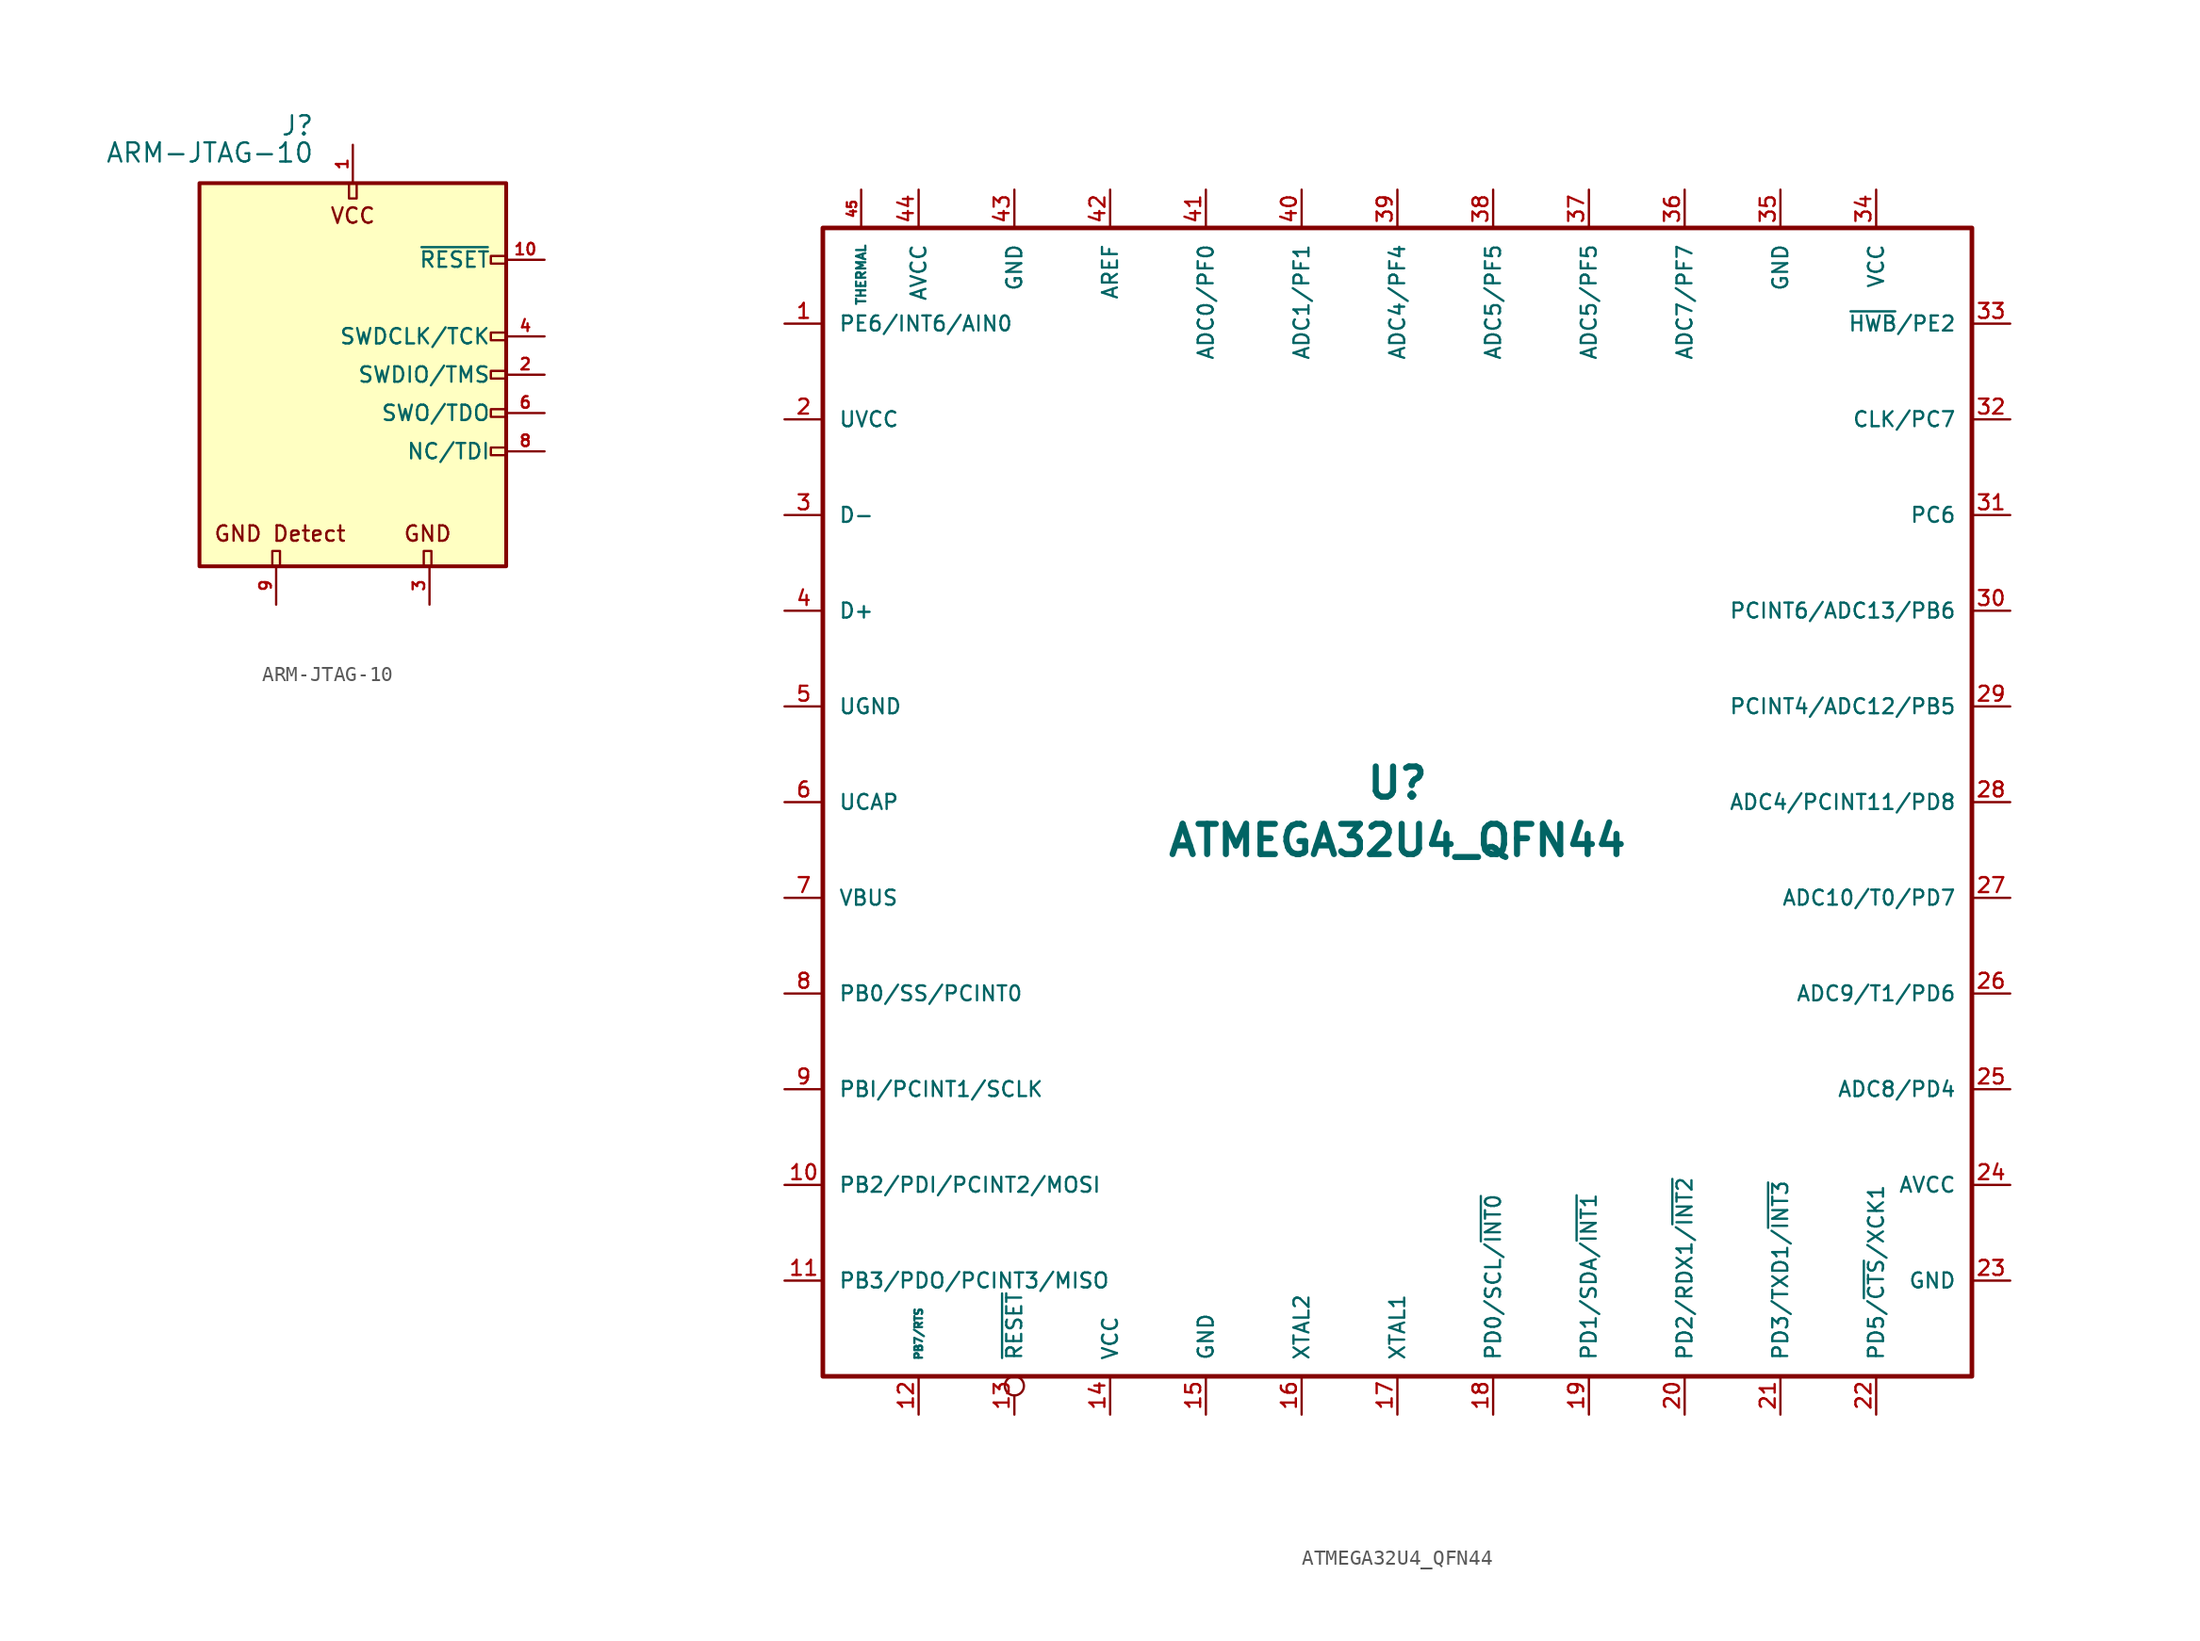
<source format=kicad_sym>
(kicad_symbol_lib
  (version 20211014)
  (generator kicad_symbol_editor)
  (symbol "acheron_Symbols:ARM-JTAG-10"
    (pin_names
      (offset 1.016))
    (property "Reference" "J"
      (at -2.54 16.51 0)
      (effects (font (size 1.27 1.27)) (justify right)))
    (property "Value" "ARM-JTAG-10"
      (at -2.54 13.97 0)
      (effects (font (size 1.27 1.27)) (justify right bottom)))
    (symbol "ARM-JTAG-10_0_0"
      (text "VCC" (at 0 10.541 0) (effects (font (size 1.016 1.016)))))
    (symbol "ARM-JTAG-10_0_1"
      (rectangle (start -10.16 12.7) (end 10.16 -12.7) (stroke (width 0.254) (type default) (color 0 0 0 0)) (fill (type background)))
      (rectangle (start -5.334 -12.7) (end -4.826 -11.684) (stroke (width 0) (type default) (color 0 0 0 0)) (fill (type none)))
      (rectangle (start -0.254 12.7) (end 0.254 11.684) (stroke (width 0) (type default) (color 0 0 0 0)) (fill (type none)))
      (rectangle (start 4.699 -12.7) (end 5.207 -11.684) (stroke (width 0) (type default) (color 0 0 0 0)) (fill (type none)))
      (rectangle (start 9.144 2.286) (end 10.16 2.794) (stroke (width 0) (type default) (color 0 0 0 0)) (fill (type none)))
      (rectangle (start 10.16 -2.794) (end 9.144 -2.286) (stroke (width 0) (type default) (color 0 0 0 0)) (fill (type none)))
      (rectangle (start 10.16 -0.254) (end 9.144 0.254) (stroke (width 0) (type default) (color 0 0 0 0)) (fill (type none)))
      (rectangle (start 10.16 7.874) (end 9.144 7.366) (stroke (width 0) (type default) (color 0 0 0 0)) (fill (type none))))
    (symbol "ARM-JTAG-10_1_1"
      (rectangle (start 9.144 -5.334) (end 10.16 -4.826) (stroke (width 0) (type default) (color 0 0 0 0)) (fill (type none)))
      (text "GND" (at 4.953 -10.541 0) (effects (font (size 1.016 1.016))))
      (text "GND Detect" (at -4.826 -10.541 0) (effects (font (size 1.016 1.016))))
      (pin power_in line (at 0 15.24 270) (length 2.54) (name "VCC" (effects (font (size 0 0)))) (number "1" (effects (font (size 0.762 0.762)))))
      (pin open_collector line (at 12.7 7.62 180) (length 2.54) (name "~{RESET}" (effects (font (size 1.016 1.016)))) (number "10" (effects (font (size 0.762 0.762)))))
      (pin bidirectional line (at 12.7 0 180) (length 2.54) (name "SWDIO/TMS" (effects (font (size 1.016 1.016)))) (number "2" (effects (font (size 0.762 0.762)))))
      (pin power_in line (at 5.08 -15.24 90) (length 2.54) (name "GND" (effects (font (size 0 0)))) (number "3" (effects (font (size 0.762 0.762)))))
      (pin output line (at 12.7 2.54 180) (length 2.54) (name "SWDCLK/TCK" (effects (font (size 1.016 1.016)))) (number "4" (effects (font (size 0.762 0.762)))))
      (pin passive line (at 5.08 -15.24 90) (length 2.54) hide (name "GND" (effects (font (size 1.27 1.27)))) (number "5" (effects (font (size 1.27 1.27)))))
      (pin input line (at 12.7 -2.54 180) (length 2.54) (name "SWO/TDO" (effects (font (size 1.016 1.016)))) (number "6" (effects (font (size 0.762 0.762)))))
      (pin no_connect line (at -10.16 0 0) (length 2.54) hide (name "KEY" (effects (font (size 1.27 1.27)))) (number "7" (effects (font (size 1.27 1.27)))))
      (pin output line (at 12.7 -5.08 180) (length 2.54) (name "NC/TDI" (effects (font (size 1.016 1.016)))) (number "8" (effects (font (size 0.762 0.762)))))
      (pin passive line (at -5.08 -15.24 90) (length 2.54) (name "GNDDetect" (effects (font (size 0 0)))) (number "9" (effects (font (size 0.762 0.762)))))))
  (symbol "acheron_Symbols:ATMEGA32U4_QFN44"
    (pin_names
      (offset 1.016))
    (property "Reference" "U"
      (at 0 1.27 0)
      (effects (font (size 2.007 2.007) bold)))
    (property "Value" "ATMEGA32U4_QFN44"
      (at 0 -2.54 0)
      (effects (font (size 2.007 2.007) bold)))
    (symbol "ATMEGA32U4_QFN44_0_1"
      (rectangle (start -38.1 38.1) (end 38.1 -38.1) (stroke (width 0.305) (type default) (color 0 0 0 0)) (fill (type none))))
    (symbol "ATMEGA32U4_QFN44_1_1"
      (pin bidirectional line (at -40.64 31.75 0) (length 2.54) (name "PE6/INT6/AIN0" (effects (font (size 0.991 0.991)))) (number "1" (effects (font (size 0.991 0.991)))))
      (pin bidirectional line (at -40.64 -25.4 0) (length 2.54) (name "PB2/PDI/PCINT2/MOSI" (effects (font (size 0.991 0.991)))) (number "10" (effects (font (size 0.991 0.991)))))
      (pin bidirectional line (at -40.64 -31.75 0) (length 2.54) (name "PB3/PDO/PCINT3/MISO" (effects (font (size 0.991 0.991)))) (number "11" (effects (font (size 0.991 0.991)))))
      (pin bidirectional line (at -31.75 -40.64 90) (length 2.54) (name "PB7/RTS" (effects (font (size 0.508 0.508)))) (number "12" (effects (font (size 0.991 0.991)))))
      (pin input inverted (at -25.4 -40.64 90) (length 2.54) (name "~{RESET}" (effects (font (size 0.991 0.991)))) (number "13" (effects (font (size 0.991 0.991)))))
      (pin power_in line (at -19.05 -40.64 90) (length 2.54) (name "VCC" (effects (font (size 0.991 0.991)))) (number "14" (effects (font (size 0.991 0.991)))))
      (pin power_in line (at -12.7 -40.64 90) (length 2.54) (name "GND" (effects (font (size 0.991 0.991)))) (number "15" (effects (font (size 0.991 0.991)))))
      (pin input line (at -6.35 -40.64 90) (length 2.54) (name "XTAL2" (effects (font (size 0.991 0.991)))) (number "16" (effects (font (size 0.991 0.991)))))
      (pin input line (at 0 -40.64 90) (length 2.54) (name "XTAL1" (effects (font (size 0.991 0.991)))) (number "17" (effects (font (size 0.991 0.991)))))
      (pin bidirectional line (at 6.35 -40.64 90) (length 2.54) (name "PD0/SCL/~{INT0}" (effects (font (size 0.991 0.991)))) (number "18" (effects (font (size 0.991 0.991)))))
      (pin bidirectional line (at 12.7 -40.64 90) (length 2.54) (name "PD1/SDA/~{INT1}" (effects (font (size 0.991 0.991)))) (number "19" (effects (font (size 0.991 0.991)))))
      (pin power_in line (at -40.64 25.4 0) (length 2.54) (name "UVCC" (effects (font (size 0.991 0.991)))) (number "2" (effects (font (size 0.991 0.991)))))
      (pin bidirectional line (at 19.05 -40.64 90) (length 2.54) (name "PD2/RDX1/~{INT2}" (effects (font (size 0.991 0.991)))) (number "20" (effects (font (size 0.991 0.991)))))
      (pin bidirectional line (at 25.4 -40.64 90) (length 2.54) (name "PD3/TXD1/~{INT3}" (effects (font (size 0.991 0.991)))) (number "21" (effects (font (size 0.991 0.991)))))
      (pin bidirectional line (at 31.75 -40.64 90) (length 2.54) (name "PD5/~{CTS}/XCK1" (effects (font (size 0.991 0.991)))) (number "22" (effects (font (size 0.991 0.991)))))
      (pin power_in line (at 40.64 -31.75 180) (length 2.54) (name "GND" (effects (font (size 0.991 0.991)))) (number "23" (effects (font (size 0.991 0.991)))))
      (pin power_in line (at 40.64 -25.4 180) (length 2.54) (name "AVCC" (effects (font (size 0.991 0.991)))) (number "24" (effects (font (size 0.991 0.991)))))
      (pin bidirectional line (at 40.64 -19.05 180) (length 2.54) (name "ADC8/PD4" (effects (font (size 0.991 0.991)))) (number "25" (effects (font (size 0.991 0.991)))))
      (pin bidirectional line (at 40.64 -12.7 180) (length 2.54) (name "ADC9/T1/PD6" (effects (font (size 0.991 0.991)))) (number "26" (effects (font (size 0.991 0.991)))))
      (pin bidirectional line (at 40.64 -6.35 180) (length 2.54) (name "ADC10/T0/PD7" (effects (font (size 0.991 0.991)))) (number "27" (effects (font (size 0.991 0.991)))))
      (pin bidirectional line (at 40.64 0 180) (length 2.54) (name "ADC4/PCINT11/PD8" (effects (font (size 0.991 0.991)))) (number "28" (effects (font (size 0.991 0.991)))))
      (pin bidirectional line (at 40.64 6.35 180) (length 2.54) (name "PCINT4/ADC12/PB5" (effects (font (size 0.991 0.991)))) (number "29" (effects (font (size 0.991 0.991)))))
      (pin bidirectional line (at -40.64 19.05 0) (length 2.54) (name "D-" (effects (font (size 0.991 0.991)))) (number "3" (effects (font (size 0.991 0.991)))))
      (pin bidirectional line (at 40.64 12.7 180) (length 2.54) (name "PCINT6/ADC13/PB6" (effects (font (size 0.991 0.991)))) (number "30" (effects (font (size 0.991 0.991)))))
      (pin bidirectional line (at 40.64 19.05 180) (length 2.54) (name "PC6" (effects (font (size 0.991 0.991)))) (number "31" (effects (font (size 0.991 0.991)))))
      (pin bidirectional line (at 40.64 25.4 180) (length 2.54) (name "CLK/PC7" (effects (font (size 0.991 0.991)))) (number "32" (effects (font (size 0.991 0.991)))))
      (pin bidirectional line (at 40.64 31.75 180) (length 2.54) (name "~{HWB}/PE2" (effects (font (size 0.991 0.991)))) (number "33" (effects (font (size 0.991 0.991)))))
      (pin power_in line (at 31.75 40.64 270) (length 2.54) (name "VCC" (effects (font (size 0.991 0.991)))) (number "34" (effects (font (size 0.991 0.991)))))
      (pin power_in line (at 25.4 40.64 270) (length 2.54) (name "GND" (effects (font (size 0.991 0.991)))) (number "35" (effects (font (size 0.991 0.991)))))
      (pin bidirectional line (at 19.05 40.64 270) (length 2.54) (name "ADC7/PF7" (effects (font (size 0.991 0.991)))) (number "36" (effects (font (size 0.991 0.991)))))
      (pin bidirectional line (at 12.7 40.64 270) (length 2.54) (name "ADC5/PF5" (effects (font (size 0.991 0.991)))) (number "37" (effects (font (size 0.991 0.991)))))
      (pin bidirectional line (at 6.35 40.64 270) (length 2.54) (name "ADC5/PF5" (effects (font (size 0.991 0.991)))) (number "38" (effects (font (size 0.991 0.991)))))
      (pin bidirectional line (at 0 40.64 270) (length 2.54) (name "ADC4/PF4" (effects (font (size 0.991 0.991)))) (number "39" (effects (font (size 0.991 0.991)))))
      (pin bidirectional line (at -40.64 12.7 0) (length 2.54) (name "D+" (effects (font (size 0.991 0.991)))) (number "4" (effects (font (size 0.991 0.991)))))
      (pin bidirectional line (at -6.35 40.64 270) (length 2.54) (name "ADC1/PF1" (effects (font (size 0.991 0.991)))) (number "40" (effects (font (size 0.991 0.991)))))
      (pin bidirectional line (at -12.7 40.64 270) (length 2.54) (name "ADC0/PF0" (effects (font (size 0.991 0.991)))) (number "41" (effects (font (size 0.991 0.991)))))
      (pin input line (at -19.05 40.64 270) (length 2.54) (name "AREF" (effects (font (size 0.991 0.991)))) (number "42" (effects (font (size 0.991 0.991)))))
      (pin power_in line (at -25.4 40.64 270) (length 2.54) (name "GND" (effects (font (size 0.991 0.991)))) (number "43" (effects (font (size 0.991 0.991)))))
      (pin power_in line (at -31.75 40.64 270) (length 2.54) (name "AVCC" (effects (font (size 0.991 0.991)))) (number "44" (effects (font (size 0.991 0.991)))))
      (pin input line (at -35.56 40.64 270) (length 2.54) (name "THERMAL" (effects (font (size 0.61 0.61)))) (number "45" (effects (font (size 0.61 0.61)))))
      (pin power_in line (at -40.64 6.35 0) (length 2.54) (name "UGND" (effects (font (size 0.991 0.991)))) (number "5" (effects (font (size 0.991 0.991)))))
      (pin input line (at -40.64 0 0) (length 2.54) (name "UCAP" (effects (font (size 0.991 0.991)))) (number "6" (effects (font (size 0.991 0.991)))))
      (pin power_in line (at -40.64 -6.35 0) (length 2.54) (name "VBUS" (effects (font (size 0.991 0.991)))) (number "7" (effects (font (size 0.991 0.991)))))
      (pin bidirectional line (at -40.64 -12.7 0) (length 2.54) (name "PB0/SS/PCINT0" (effects (font (size 0.991 0.991)))) (number "8" (effects (font (size 0.991 0.991)))))
      (pin bidirectional line (at -40.64 -19.05 0) (length 2.54) (name "PBI/PCINT1/SCLK" (effects (font (size 0.991 0.991)))) (number "9" (effects (font (size 0.991 0.991))))))))
</source>
